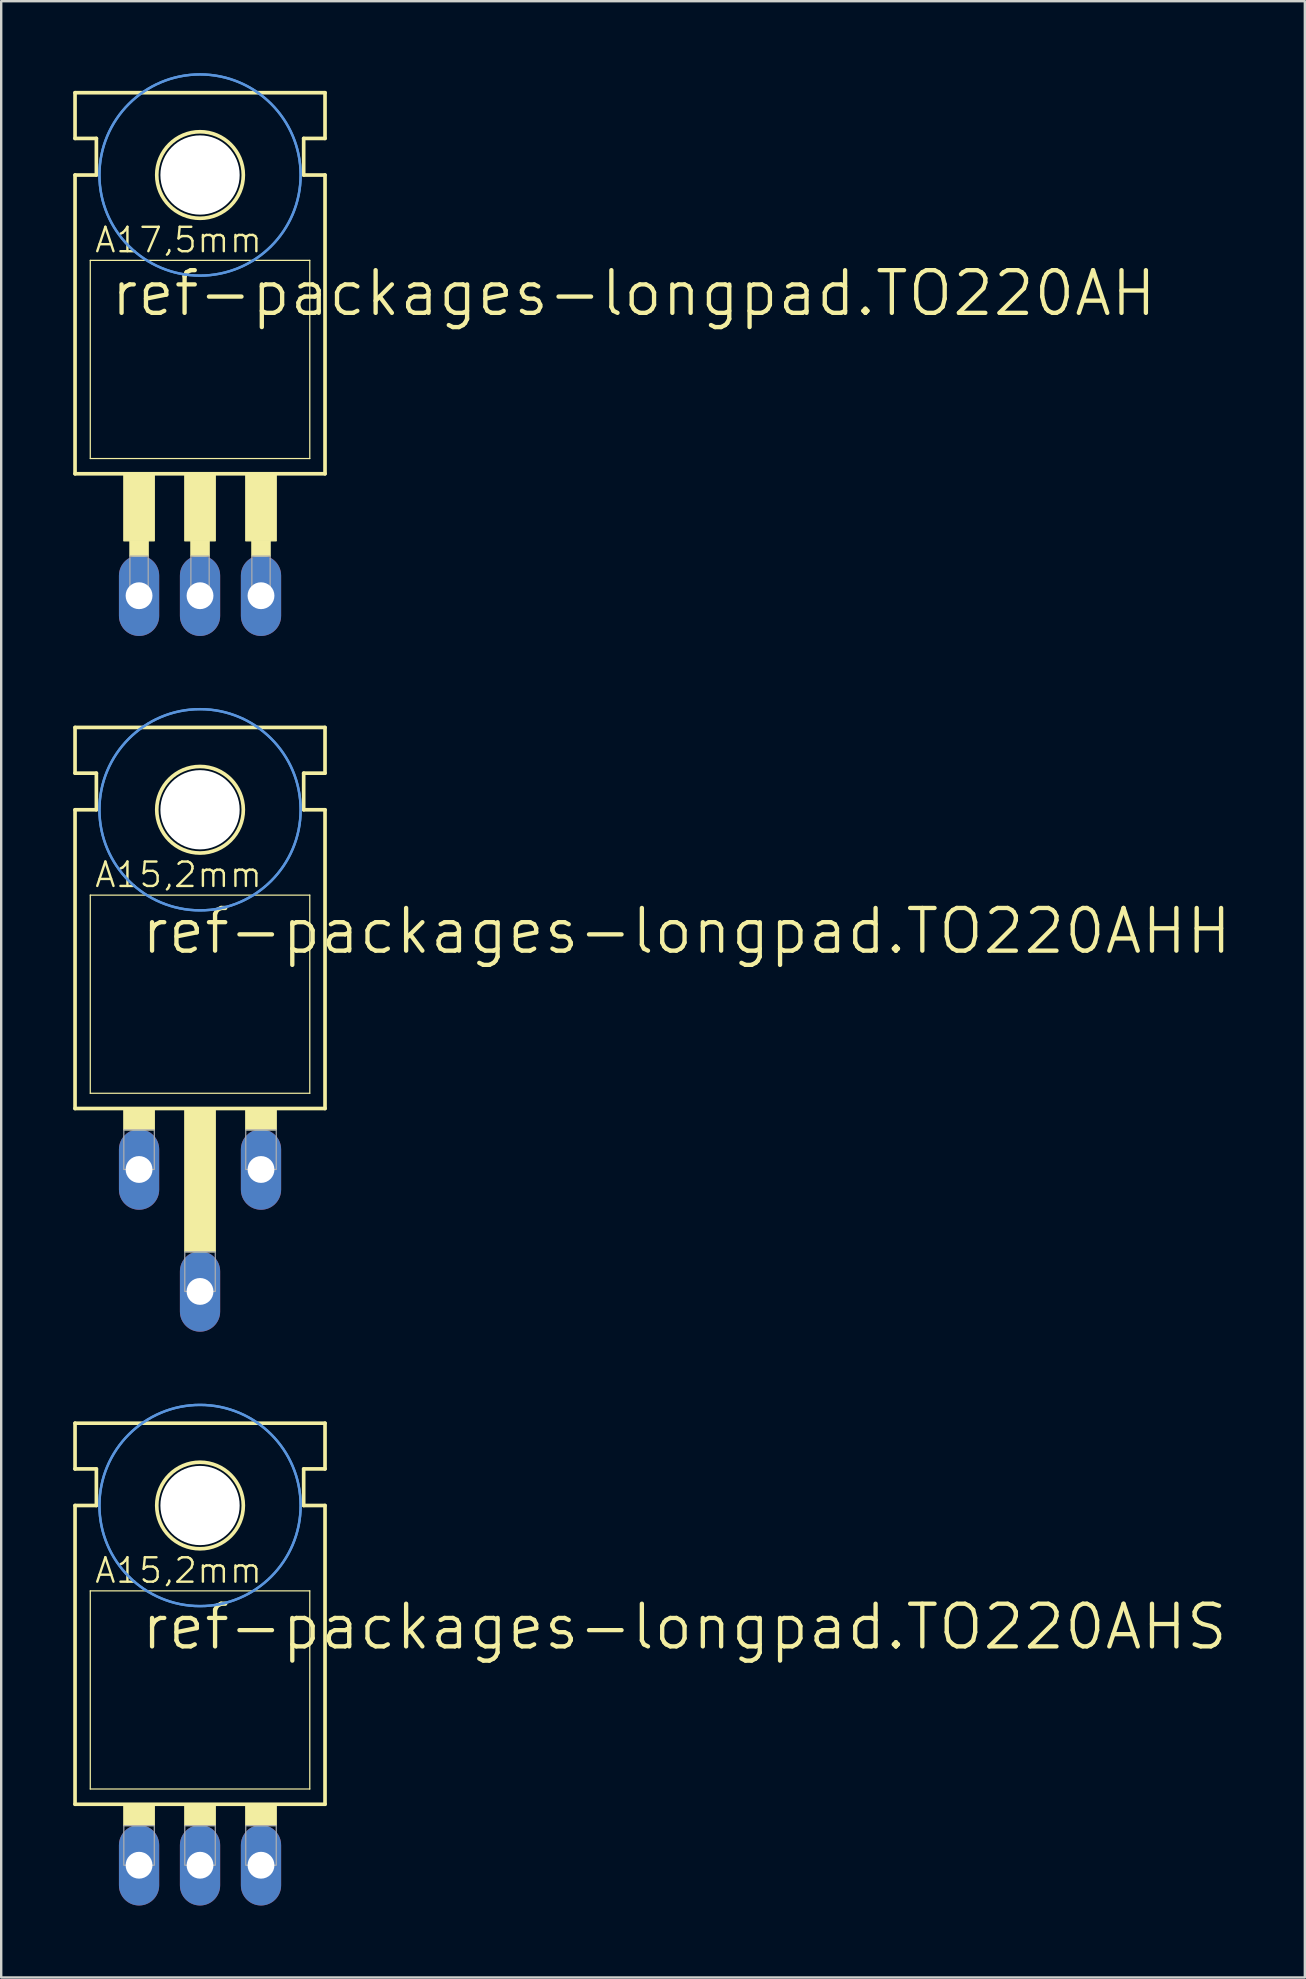
<source format=kicad_pcb>
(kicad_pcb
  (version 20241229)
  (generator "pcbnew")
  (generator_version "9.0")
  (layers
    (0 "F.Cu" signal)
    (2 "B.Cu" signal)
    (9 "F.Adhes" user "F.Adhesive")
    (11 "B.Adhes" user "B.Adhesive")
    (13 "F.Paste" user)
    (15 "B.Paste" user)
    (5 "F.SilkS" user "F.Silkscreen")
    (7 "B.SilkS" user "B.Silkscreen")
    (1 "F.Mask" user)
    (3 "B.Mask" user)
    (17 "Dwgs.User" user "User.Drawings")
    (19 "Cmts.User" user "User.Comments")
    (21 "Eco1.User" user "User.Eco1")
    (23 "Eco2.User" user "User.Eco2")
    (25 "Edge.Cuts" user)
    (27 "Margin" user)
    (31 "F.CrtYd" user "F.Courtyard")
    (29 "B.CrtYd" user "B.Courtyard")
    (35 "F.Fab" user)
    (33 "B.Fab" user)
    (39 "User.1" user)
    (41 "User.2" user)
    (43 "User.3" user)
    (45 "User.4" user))
  (footprint "ref-packages-longpad.TO220AH"
    (layer "F.Cu")
    (at 5.283 15.417)
    (property "Reference" "ref-packages-longpad.TO220AH" (at -3.81 -5.207 0) (layer "F.SilkS") (effects (font (size 1.778 1.778) (thickness 0.18)) (justify left bottom)))
    (attr through_hole)
    (fp_line (start -5.207 -12.7) (end -5.207 -14.605) (stroke (width 0.152) (type default)) (layer "F.SilkS"))
    (fp_line (start -5.207 -11.176) (end -4.318 -11.176) (stroke (width 0.152) (type default)) (layer "F.SilkS"))
    (fp_line (start -5.207 1.27) (end -5.207 -11.176) (stroke (width 0.152) (type default)) (layer "F.SilkS"))
    (fp_line (start -5.207 1.27) (end 5.207 1.27) (stroke (width 0.152) (type default)) (layer "F.SilkS"))
    (fp_line (start -4.572 0.635) (end -4.572 -7.62) (stroke (width 0.051) (type default)) (layer "F.SilkS"))
    (fp_line (start -4.572 0.635) (end 4.572 0.635) (stroke (width 0.051) (type default)) (layer "F.SilkS"))
    (fp_line (start -4.318 -12.7) (end -5.207 -12.7) (stroke (width 0.152) (type default)) (layer "F.SilkS"))
    (fp_line (start -4.318 -11.176) (end -4.318 -12.7) (stroke (width 0.152) (type default)) (layer "F.SilkS"))
    (fp_line (start 4.318 -12.7) (end 5.207 -12.7) (stroke (width 0.152) (type default)) (layer "F.SilkS"))
    (fp_line (start 4.318 -11.176) (end 4.318 -12.7) (stroke (width 0.152) (type default)) (layer "F.SilkS"))
    (fp_line (start 4.572 -7.62) (end -4.572 -7.62) (stroke (width 0.051) (type default)) (layer "F.SilkS"))
    (fp_line (start 4.572 -7.62) (end 4.572 0.635) (stroke (width 0.051) (type default)) (layer "F.SilkS"))
    (fp_line (start 5.207 -14.605) (end -5.207 -14.605) (stroke (width 0.152) (type default)) (layer "F.SilkS"))
    (fp_line (start 5.207 -12.7) (end 5.207 -14.605) (stroke (width 0.152) (type default)) (layer "F.SilkS"))
    (fp_line (start 5.207 -11.176) (end 4.318 -11.176) (stroke (width 0.152) (type default)) (layer "F.SilkS"))
    (fp_line (start 5.207 1.27) (end 5.207 -11.176) (stroke (width 0.152) (type default)) (layer "F.SilkS"))
    (fp_rect (start -3.175 4.064) (end -1.905 1.27) (stroke (width 0.05) (type default)) (fill yes) (layer "F.SilkS"))
    (fp_rect (start -2.921 4.699) (end -2.159 4.064) (stroke (width 0.05) (type default)) (fill yes) (layer "F.SilkS"))
    (fp_rect (start -0.635 4.064) (end 0.635 1.27) (stroke (width 0.05) (type default)) (fill yes) (layer "F.SilkS"))
    (fp_rect (start -0.381 4.699) (end 0.381 4.064) (stroke (width 0.05) (type default)) (fill yes) (layer "F.SilkS"))
    (fp_rect (start 1.905 4.064) (end 3.175 1.27) (stroke (width 0.05) (type default)) (fill yes) (layer "F.SilkS"))
    (fp_rect (start 2.159 4.699) (end 2.921 4.064) (stroke (width 0.05) (type default)) (fill yes) (layer "F.SilkS"))
    (fp_circle (center 0 -11.176) (end 1.803 -11.176) (stroke (width 0.152) (type default)) (fill no) (layer "F.SilkS"))
    (fp_circle (center 0 -11.176) (end 4.191 -11.176) (stroke (width 0.1) (type default)) (fill no) (layer "Cmts.User"))
    (fp_circle (center 0 -11.176) (end 4.191 -11.176) (stroke (width 0.1) (type default)) (fill no) (layer "Cmts.User"))
    (fp_rect (start -2.921 6.604) (end -2.159 4.699) (stroke (width 0.05) (type default)) (fill no) (layer "F.Fab"))
    (fp_rect (start -0.381 6.604) (end 0.381 4.699) (stroke (width 0.05) (type default)) (fill no) (layer "F.Fab"))
    (fp_rect (start 2.159 6.604) (end 2.921 4.699) (stroke (width 0.05) (type default)) (fill no) (layer "F.Fab"))
    (fp_text user "A17,5mm" (at -4.445 -7.874 0) (layer "F.SilkS") (effects (font (size 1.016 1.016) (thickness 0.1)) (justify left bottom)))
    (pad "" np_thru_hole circle (at 0 -11.176) (size 3.302 3.302) (drill 3.302) (layers "*.Cu" "*.Mask"))
    (pad "B" thru_hole oval (at -2.54 6.35 90) (size 3.353 1.676) (drill 1.118) (layers "*.Cu" "*.Mask"))
    (pad "C" thru_hole oval (at 0 6.35 90) (size 3.353 1.676) (drill 1.118) (layers "*.Cu" "*.Mask"))
    (pad "E" thru_hole oval (at 2.54 6.35 90) (size 3.353 1.676) (drill 1.118) (layers "*.Cu" "*.Mask")))
  (footprint "ref-packages-longpad.TO220AHH"
    (layer "F.Cu")
    (at 5.283 41.86)
    (property "Reference" "ref-packages-longpad.TO220AHH" (at -2.54 -5.08 0) (layer "F.SilkS") (effects (font (size 1.778 1.778) (thickness 0.18)) (justify left bottom)))
    (attr through_hole)
    (fp_line (start -5.207 -12.7) (end -5.207 -14.605) (stroke (width 0.152) (type default)) (layer "F.SilkS"))
    (fp_line (start -5.207 -11.176) (end -4.318 -11.176) (stroke (width 0.152) (type default)) (layer "F.SilkS"))
    (fp_line (start -5.207 1.27) (end -5.207 -11.176) (stroke (width 0.152) (type default)) (layer "F.SilkS"))
    (fp_line (start -5.207 1.27) (end 5.207 1.27) (stroke (width 0.152) (type default)) (layer "F.SilkS"))
    (fp_line (start -4.572 0.635) (end -4.572 -7.62) (stroke (width 0.051) (type default)) (layer "F.SilkS"))
    (fp_line (start -4.572 0.635) (end 4.572 0.635) (stroke (width 0.051) (type default)) (layer "F.SilkS"))
    (fp_line (start -4.318 -12.7) (end -5.207 -12.7) (stroke (width 0.152) (type default)) (layer "F.SilkS"))
    (fp_line (start -4.318 -11.176) (end -4.318 -12.7) (stroke (width 0.152) (type default)) (layer "F.SilkS"))
    (fp_line (start 4.318 -12.7) (end 5.207 -12.7) (stroke (width 0.152) (type default)) (layer "F.SilkS"))
    (fp_line (start 4.318 -11.176) (end 4.318 -12.7) (stroke (width 0.152) (type default)) (layer "F.SilkS"))
    (fp_line (start 4.572 -7.62) (end -4.572 -7.62) (stroke (width 0.051) (type default)) (layer "F.SilkS"))
    (fp_line (start 4.572 -7.62) (end 4.572 0.635) (stroke (width 0.051) (type default)) (layer "F.SilkS"))
    (fp_line (start 5.207 -14.605) (end -5.207 -14.605) (stroke (width 0.152) (type default)) (layer "F.SilkS"))
    (fp_line (start 5.207 -12.7) (end 5.207 -14.605) (stroke (width 0.152) (type default)) (layer "F.SilkS"))
    (fp_line (start 5.207 -11.176) (end 4.318 -11.176) (stroke (width 0.152) (type default)) (layer "F.SilkS"))
    (fp_line (start 5.207 1.27) (end 5.207 -11.176) (stroke (width 0.152) (type default)) (layer "F.SilkS"))
    (fp_rect (start -3.175 2.159) (end -1.905 1.27) (stroke (width 0.05) (type default)) (fill yes) (layer "F.SilkS"))
    (fp_rect (start -0.635 7.239) (end 0.635 1.27) (stroke (width 0.05) (type default)) (fill yes) (layer "F.SilkS"))
    (fp_rect (start 1.905 2.159) (end 3.175 1.27) (stroke (width 0.05) (type default)) (fill yes) (layer "F.SilkS"))
    (fp_circle (center 0 -11.176) (end 1.803 -11.176) (stroke (width 0.152) (type default)) (fill no) (layer "F.SilkS"))
    (fp_circle (center 0 -11.176) (end 4.191 -11.176) (stroke (width 0.1) (type default)) (fill no) (layer "Cmts.User"))
    (fp_circle (center 0 -11.176) (end 4.191 -11.176) (stroke (width 0.1) (type default)) (fill no) (layer "Cmts.User"))
    (fp_rect (start -3.175 3.81) (end -1.905 2.159) (stroke (width 0.05) (type default)) (fill no) (layer "F.Fab"))
    (fp_rect (start -0.635 8.89) (end 0.635 7.239) (stroke (width 0.05) (type default)) (fill no) (layer "F.Fab"))
    (fp_rect (start 1.905 3.81) (end 3.175 2.159) (stroke (width 0.05) (type default)) (fill no) (layer "F.Fab"))
    (fp_text user "A15,2mm" (at -4.445 -7.874 0) (layer "F.SilkS") (effects (font (size 1.016 1.016) (thickness 0.1)) (justify left bottom)))
    (pad "" np_thru_hole circle (at 0 -11.176) (size 3.302 3.302) (drill 3.302) (layers "*.Cu" "*.Mask"))
    (pad "B" thru_hole oval (at -2.54 3.81 90) (size 3.353 1.676) (drill 1.118) (layers "*.Cu" "*.Mask"))
    (pad "C" thru_hole oval (at 0 8.89 90) (size 3.353 1.676) (drill 1.118) (layers "*.Cu" "*.Mask"))
    (pad "E" thru_hole oval (at 2.54 3.81 90) (size 3.353 1.676) (drill 1.118) (layers "*.Cu" "*.Mask")))
  (footprint "ref-packages-longpad.TO220AHS"
    (layer "F.Cu")
    (at 5.283 70.844)
    (property "Reference" "ref-packages-longpad.TO220AHS" (at -2.54 -5.08 0) (layer "F.SilkS") (effects (font (size 1.778 1.778) (thickness 0.18)) (justify left bottom)))
    (attr through_hole)
    (fp_line (start -5.207 -12.7) (end -5.207 -14.605) (stroke (width 0.152) (type default)) (layer "F.SilkS"))
    (fp_line (start -5.207 -11.176) (end -4.318 -11.176) (stroke (width 0.152) (type default)) (layer "F.SilkS"))
    (fp_line (start -5.207 1.27) (end -5.207 -11.176) (stroke (width 0.152) (type default)) (layer "F.SilkS"))
    (fp_line (start -5.207 1.27) (end 5.207 1.27) (stroke (width 0.152) (type default)) (layer "F.SilkS"))
    (fp_line (start -4.572 0.635) (end -4.572 -7.62) (stroke (width 0.051) (type default)) (layer "F.SilkS"))
    (fp_line (start -4.572 0.635) (end 4.572 0.635) (stroke (width 0.051) (type default)) (layer "F.SilkS"))
    (fp_line (start -4.318 -12.7) (end -5.207 -12.7) (stroke (width 0.152) (type default)) (layer "F.SilkS"))
    (fp_line (start -4.318 -11.176) (end -4.318 -12.7) (stroke (width 0.152) (type default)) (layer "F.SilkS"))
    (fp_line (start 4.318 -12.7) (end 5.207 -12.7) (stroke (width 0.152) (type default)) (layer "F.SilkS"))
    (fp_line (start 4.318 -11.176) (end 4.318 -12.7) (stroke (width 0.152) (type default)) (layer "F.SilkS"))
    (fp_line (start 4.572 -7.62) (end -4.572 -7.62) (stroke (width 0.051) (type default)) (layer "F.SilkS"))
    (fp_line (start 4.572 -7.62) (end 4.572 0.635) (stroke (width 0.051) (type default)) (layer "F.SilkS"))
    (fp_line (start 5.207 -14.605) (end -5.207 -14.605) (stroke (width 0.152) (type default)) (layer "F.SilkS"))
    (fp_line (start 5.207 -12.7) (end 5.207 -14.605) (stroke (width 0.152) (type default)) (layer "F.SilkS"))
    (fp_line (start 5.207 -11.176) (end 4.318 -11.176) (stroke (width 0.152) (type default)) (layer "F.SilkS"))
    (fp_line (start 5.207 1.27) (end 5.207 -11.176) (stroke (width 0.152) (type default)) (layer "F.SilkS"))
    (fp_rect (start -3.175 2.159) (end -1.905 1.27) (stroke (width 0.05) (type default)) (fill yes) (layer "F.SilkS"))
    (fp_rect (start -0.635 2.159) (end 0.635 1.27) (stroke (width 0.05) (type default)) (fill yes) (layer "F.SilkS"))
    (fp_rect (start 1.905 2.159) (end 3.175 1.27) (stroke (width 0.05) (type default)) (fill yes) (layer "F.SilkS"))
    (fp_circle (center 0 -11.176) (end 1.803 -11.176) (stroke (width 0.152) (type default)) (fill no) (layer "F.SilkS"))
    (fp_circle (center 0 -11.176) (end 4.191 -11.176) (stroke (width 0.1) (type default)) (fill no) (layer "Cmts.User"))
    (fp_circle (center 0 -11.176) (end 4.191 -11.176) (stroke (width 0.1) (type default)) (fill no) (layer "Cmts.User"))
    (fp_rect (start -3.175 3.81) (end -1.905 2.159) (stroke (width 0.05) (type default)) (fill no) (layer "F.Fab"))
    (fp_rect (start -0.635 3.81) (end 0.635 2.159) (stroke (width 0.05) (type default)) (fill no) (layer "F.Fab"))
    (fp_rect (start 1.905 3.81) (end 3.175 2.159) (stroke (width 0.05) (type default)) (fill no) (layer "F.Fab"))
    (fp_text user "A15,2mm" (at -4.445 -7.874 0) (layer "F.SilkS") (effects (font (size 1.016 1.016) (thickness 0.1)) (justify left bottom)))
    (pad "" np_thru_hole circle (at 0 -11.176) (size 3.302 3.302) (drill 3.302) (layers "*.Cu" "*.Mask"))
    (pad "B" thru_hole oval (at -2.54 3.81 90) (size 3.353 1.676) (drill 1.118) (layers "*.Cu" "*.Mask"))
    (pad "C" thru_hole oval (at 0 3.81 90) (size 3.353 1.676) (drill 1.118) (layers "*.Cu" "*.Mask"))
    (pad "E" thru_hole oval (at 2.54 3.81 90) (size 3.353 1.676) (drill 1.118) (layers "*.Cu" "*.Mask")))
  (gr_rect
    (start -3 -3)
    (end 51.309 79.33)
    (stroke (width 0.1) (type default))
    (fill no)
    (layer "Edge.Cuts")))
</source>
